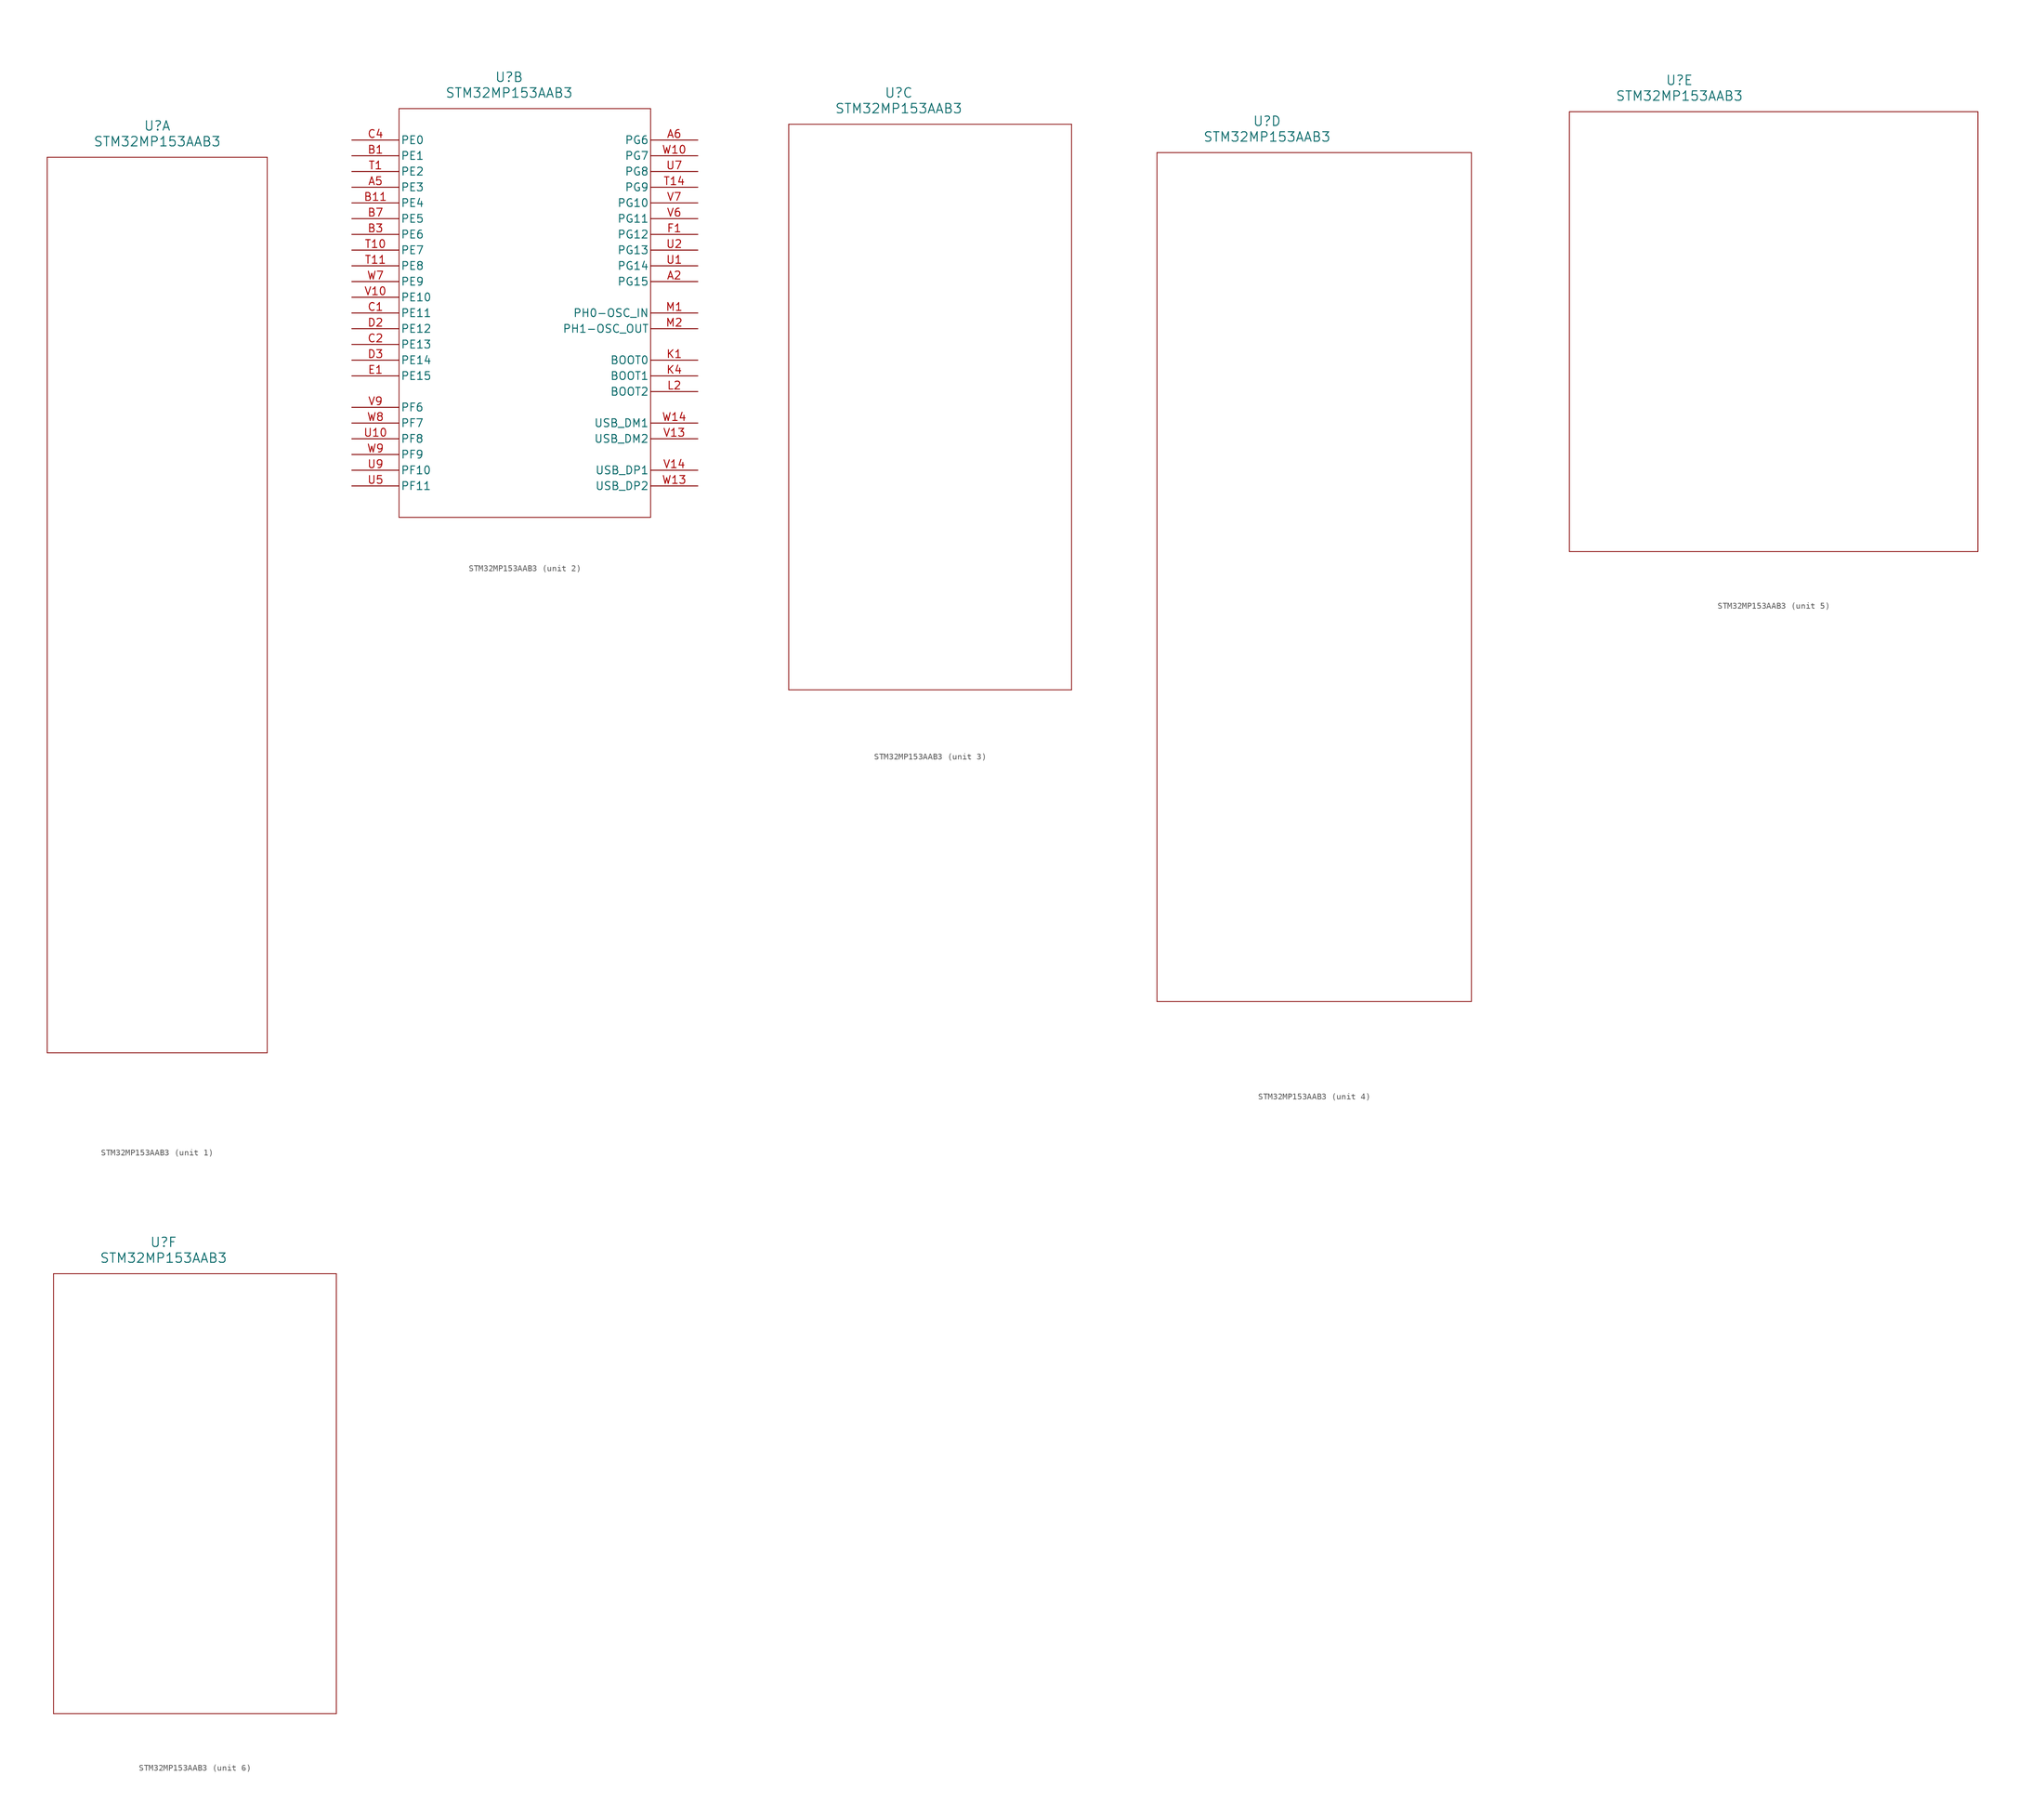
<source format=kicad_sym>
(kicad_symbol_lib
  (version 20211014)
  (generator kicad_symbol_editor)
  (symbol "STM32MP153AAB3"
    (pin_names
      (offset 0.254))
    (property "Reference" "U"
      (at 25.4 10.16 0)
      (effects (font (size 1.524 1.524))))
    (property "Value" "STM32MP153AAB3"
      (at 25.4 7.62 0)
      (effects (font (size 1.524 1.524))))
    (symbol "STM32MP153AAB3_1_1"
      (polyline (pts (xy 7.62 5.08) (xy 7.62 -139.7)) (stroke (width 0.127) (type default) (color 0 0 0 0)) (fill (type none)))
      (polyline (pts (xy 7.62 -139.7) (xy 43.18 -139.7)) (stroke (width 0.127) (type default) (color 0 0 0 0)) (fill (type none)))
      (polyline (pts (xy 43.18 -139.7) (xy 43.18 5.08)) (stroke (width 0.127) (type default) (color 0 0 0 0)) (fill (type none)))
      (polyline (pts (xy 43.18 5.08) (xy 7.62 5.08)) (stroke (width 0.127) (type default) (color 0 0 0 0)) (fill (type none))))
    (symbol "STM32MP153AAB3_2_1"
      (polyline (pts (xy 7.62 5.08) (xy 7.62 -60.96)) (stroke (width 0.127) (type default) (color 0 0 0 0)) (fill (type none)))
      (polyline (pts (xy 7.62 -60.96) (xy 48.26 -60.96)) (stroke (width 0.127) (type default) (color 0 0 0 0)) (fill (type none)))
      (polyline (pts (xy 48.26 -60.96) (xy 48.26 5.08)) (stroke (width 0.127) (type default) (color 0 0 0 0)) (fill (type none)))
      (polyline (pts (xy 48.26 5.08) (xy 7.62 5.08)) (stroke (width 0.127) (type default) (color 0 0 0 0)) (fill (type none)))
      (pin bidirectional line (at 55.88 -22.86 180) (length 7.62) (name "PG15" (effects (font (size 1.27 1.27)))) (number "A2" (effects (font (size 1.27 1.27)))))
      (pin bidirectional line (at 0 -7.62 0) (length 7.62) (name "PE3" (effects (font (size 1.27 1.27)))) (number "A5" (effects (font (size 1.27 1.27)))))
      (pin bidirectional line (at 55.88 0 180) (length 7.62) (name "PG6" (effects (font (size 1.27 1.27)))) (number "A6" (effects (font (size 1.27 1.27)))))
      (pin bidirectional line (at 0 -2.54 0) (length 7.62) (name "PE1" (effects (font (size 1.27 1.27)))) (number "B1" (effects (font (size 1.27 1.27)))))
      (pin bidirectional line (at 0 -15.24 0) (length 7.62) (name "PE6" (effects (font (size 1.27 1.27)))) (number "B3" (effects (font (size 1.27 1.27)))))
      (pin bidirectional line (at 0 -12.7 0) (length 7.62) (name "PE5" (effects (font (size 1.27 1.27)))) (number "B7" (effects (font (size 1.27 1.27)))))
      (pin bidirectional line (at 0 -27.94 0) (length 7.62) (name "PE11" (effects (font (size 1.27 1.27)))) (number "C1" (effects (font (size 1.27 1.27)))))
      (pin bidirectional line (at 0 -33.02 0) (length 7.62) (name "PE13" (effects (font (size 1.27 1.27)))) (number "C2" (effects (font (size 1.27 1.27)))))
      (pin bidirectional line (at 0 0 0) (length 7.62) (name "PE0" (effects (font (size 1.27 1.27)))) (number "C4" (effects (font (size 1.27 1.27)))))
      (pin bidirectional line (at 0 -30.48 0) (length 7.62) (name "PE12" (effects (font (size 1.27 1.27)))) (number "D2" (effects (font (size 1.27 1.27)))))
      (pin bidirectional line (at 0 -35.56 0) (length 7.62) (name "PE14" (effects (font (size 1.27 1.27)))) (number "D3" (effects (font (size 1.27 1.27)))))
      (pin bidirectional line (at 0 -38.1 0) (length 7.62) (name "PE15" (effects (font (size 1.27 1.27)))) (number "E1" (effects (font (size 1.27 1.27)))))
      (pin bidirectional line (at 55.88 -15.24 180) (length 7.62) (name "PG12" (effects (font (size 1.27 1.27)))) (number "F1" (effects (font (size 1.27 1.27)))))
      (pin input line (at 55.88 -35.56 180) (length 7.62) (name "BOOT0" (effects (font (size 1.27 1.27)))) (number "K1" (effects (font (size 1.27 1.27)))))
      (pin input line (at 55.88 -38.1 180) (length 7.62) (name "BOOT1" (effects (font (size 1.27 1.27)))) (number "K4" (effects (font (size 1.27 1.27)))))
      (pin input line (at 55.88 -40.64 180) (length 7.62) (name "BOOT2" (effects (font (size 1.27 1.27)))) (number "L2" (effects (font (size 1.27 1.27)))))
      (pin bidirectional line (at 55.88 -27.94 180) (length 7.62) (name "PH0-OSC_IN" (effects (font (size 1.27 1.27)))) (number "M1" (effects (font (size 1.27 1.27)))))
      (pin bidirectional line (at 55.88 -30.48 180) (length 7.62) (name "PH1-OSC_OUT" (effects (font (size 1.27 1.27)))) (number "M2" (effects (font (size 1.27 1.27)))))
      (pin bidirectional line (at 0 -5.08 0) (length 7.62) (name "PE2" (effects (font (size 1.27 1.27)))) (number "T1" (effects (font (size 1.27 1.27)))))
      (pin bidirectional line (at 55.88 -20.32 180) (length 7.62) (name "PG14" (effects (font (size 1.27 1.27)))) (number "U1" (effects (font (size 1.27 1.27)))))
      (pin bidirectional line (at 55.88 -17.78 180) (length 7.62) (name "PG13" (effects (font (size 1.27 1.27)))) (number "U2" (effects (font (size 1.27 1.27)))))
      (pin bidirectional line (at 0 -55.88 0) (length 7.62) (name "PF11" (effects (font (size 1.27 1.27)))) (number "U5" (effects (font (size 1.27 1.27)))))
      (pin bidirectional line (at 55.88 -5.08 180) (length 7.62) (name "PG8" (effects (font (size 1.27 1.27)))) (number "U7" (effects (font (size 1.27 1.27)))))
      (pin bidirectional line (at 0 -53.34 0) (length 7.62) (name "PF10" (effects (font (size 1.27 1.27)))) (number "U9" (effects (font (size 1.27 1.27)))))
      (pin bidirectional line (at 55.88 -12.7 180) (length 7.62) (name "PG11" (effects (font (size 1.27 1.27)))) (number "V6" (effects (font (size 1.27 1.27)))))
      (pin bidirectional line (at 55.88 -10.16 180) (length 7.62) (name "PG10" (effects (font (size 1.27 1.27)))) (number "V7" (effects (font (size 1.27 1.27)))))
      (pin bidirectional line (at 0 -43.18 0) (length 7.62) (name "PF6" (effects (font (size 1.27 1.27)))) (number "V9" (effects (font (size 1.27 1.27)))))
      (pin bidirectional line (at 0 -22.86 0) (length 7.62) (name "PE9" (effects (font (size 1.27 1.27)))) (number "W7" (effects (font (size 1.27 1.27)))))
      (pin bidirectional line (at 0 -45.72 0) (length 7.62) (name "PF7" (effects (font (size 1.27 1.27)))) (number "W8" (effects (font (size 1.27 1.27)))))
      (pin bidirectional line (at 0 -50.8 0) (length 7.62) (name "PF9" (effects (font (size 1.27 1.27)))) (number "W9" (effects (font (size 1.27 1.27)))))
      (pin bidirectional line (at 0 -10.16 0) (length 7.62) (name "PE4" (effects (font (size 1.27 1.27)))) (number "B11" (effects (font (size 1.27 1.27)))))
      (pin bidirectional line (at 0 -17.78 0) (length 7.62) (name "PE7" (effects (font (size 1.27 1.27)))) (number "T10" (effects (font (size 1.27 1.27)))))
      (pin bidirectional line (at 0 -20.32 0) (length 7.62) (name "PE8" (effects (font (size 1.27 1.27)))) (number "T11" (effects (font (size 1.27 1.27)))))
      (pin bidirectional line (at 55.88 -7.62 180) (length 7.62) (name "PG9" (effects (font (size 1.27 1.27)))) (number "T14" (effects (font (size 1.27 1.27)))))
      (pin bidirectional line (at 0 -48.26 0) (length 7.62) (name "PF8" (effects (font (size 1.27 1.27)))) (number "U10" (effects (font (size 1.27 1.27)))))
      (pin bidirectional line (at 0 -25.4 0) (length 7.62) (name "PE10" (effects (font (size 1.27 1.27)))) (number "V10" (effects (font (size 1.27 1.27)))))
      (pin unspecified line (at 55.88 -48.26 180) (length 7.62) (name "USB_DM2" (effects (font (size 1.27 1.27)))) (number "V13" (effects (font (size 1.27 1.27)))))
      (pin unspecified line (at 55.88 -53.34 180) (length 7.62) (name "USB_DP1" (effects (font (size 1.27 1.27)))) (number "V14" (effects (font (size 1.27 1.27)))))
      (pin bidirectional line (at 55.88 -2.54 180) (length 7.62) (name "PG7" (effects (font (size 1.27 1.27)))) (number "W10" (effects (font (size 1.27 1.27)))))
      (pin unspecified line (at 55.88 -55.88 180) (length 7.62) (name "USB_DP2" (effects (font (size 1.27 1.27)))) (number "W13" (effects (font (size 1.27 1.27)))))
      (pin unspecified line (at 55.88 -45.72 180) (length 7.62) (name "USB_DM1" (effects (font (size 1.27 1.27)))) (number "W14" (effects (font (size 1.27 1.27))))))
    (symbol "STM32MP153AAB3_3_1"
      (polyline (pts (xy 7.62 5.08) (xy 7.62 -86.36)) (stroke (width 0.127) (type default) (color 0 0 0 0)) (fill (type none)))
      (polyline (pts (xy 7.62 -86.36) (xy 53.34 -86.36)) (stroke (width 0.127) (type default) (color 0 0 0 0)) (fill (type none)))
      (polyline (pts (xy 53.34 -86.36) (xy 53.34 5.08)) (stroke (width 0.127) (type default) (color 0 0 0 0)) (fill (type none)))
      (polyline (pts (xy 53.34 5.08) (xy 7.62 5.08)) (stroke (width 0.127) (type default) (color 0 0 0 0)) (fill (type none))))
    (symbol "STM32MP153AAB3_4_1"
      (polyline (pts (xy 7.62 5.08) (xy 7.62 -132.08)) (stroke (width 0.127) (type default) (color 0 0 0 0)) (fill (type none)))
      (polyline (pts (xy 7.62 -132.08) (xy 58.42 -132.08)) (stroke (width 0.127) (type default) (color 0 0 0 0)) (fill (type none)))
      (polyline (pts (xy 58.42 -132.08) (xy 58.42 5.08)) (stroke (width 0.127) (type default) (color 0 0 0 0)) (fill (type none)))
      (polyline (pts (xy 58.42 5.08) (xy 7.62 5.08)) (stroke (width 0.127) (type default) (color 0 0 0 0)) (fill (type none))))
    (symbol "STM32MP153AAB3_5_1"
      (polyline (pts (xy 7.62 5.08) (xy 7.62 -66.04)) (stroke (width 0.127) (type default) (color 0 0 0 0)) (fill (type none)))
      (polyline (pts (xy 7.62 -66.04) (xy 73.66 -66.04)) (stroke (width 0.127) (type default) (color 0 0 0 0)) (fill (type none)))
      (polyline (pts (xy 73.66 -66.04) (xy 73.66 5.08)) (stroke (width 0.127) (type default) (color 0 0 0 0)) (fill (type none)))
      (polyline (pts (xy 73.66 5.08) (xy 7.62 5.08)) (stroke (width 0.127) (type default) (color 0 0 0 0)) (fill (type none))))
    (symbol "STM32MP153AAB3_6_1"
      (polyline (pts (xy 7.62 5.08) (xy 7.62 -66.04)) (stroke (width 0.127) (type default) (color 0 0 0 0)) (fill (type none)))
      (polyline (pts (xy 7.62 -66.04) (xy 53.34 -66.04)) (stroke (width 0.127) (type default) (color 0 0 0 0)) (fill (type none)))
      (polyline (pts (xy 53.34 -66.04) (xy 53.34 5.08)) (stroke (width 0.127) (type default) (color 0 0 0 0)) (fill (type none)))
      (polyline (pts (xy 53.34 5.08) (xy 7.62 5.08)) (stroke (width 0.127) (type default) (color 0 0 0 0)) (fill (type none))))))
</source>
